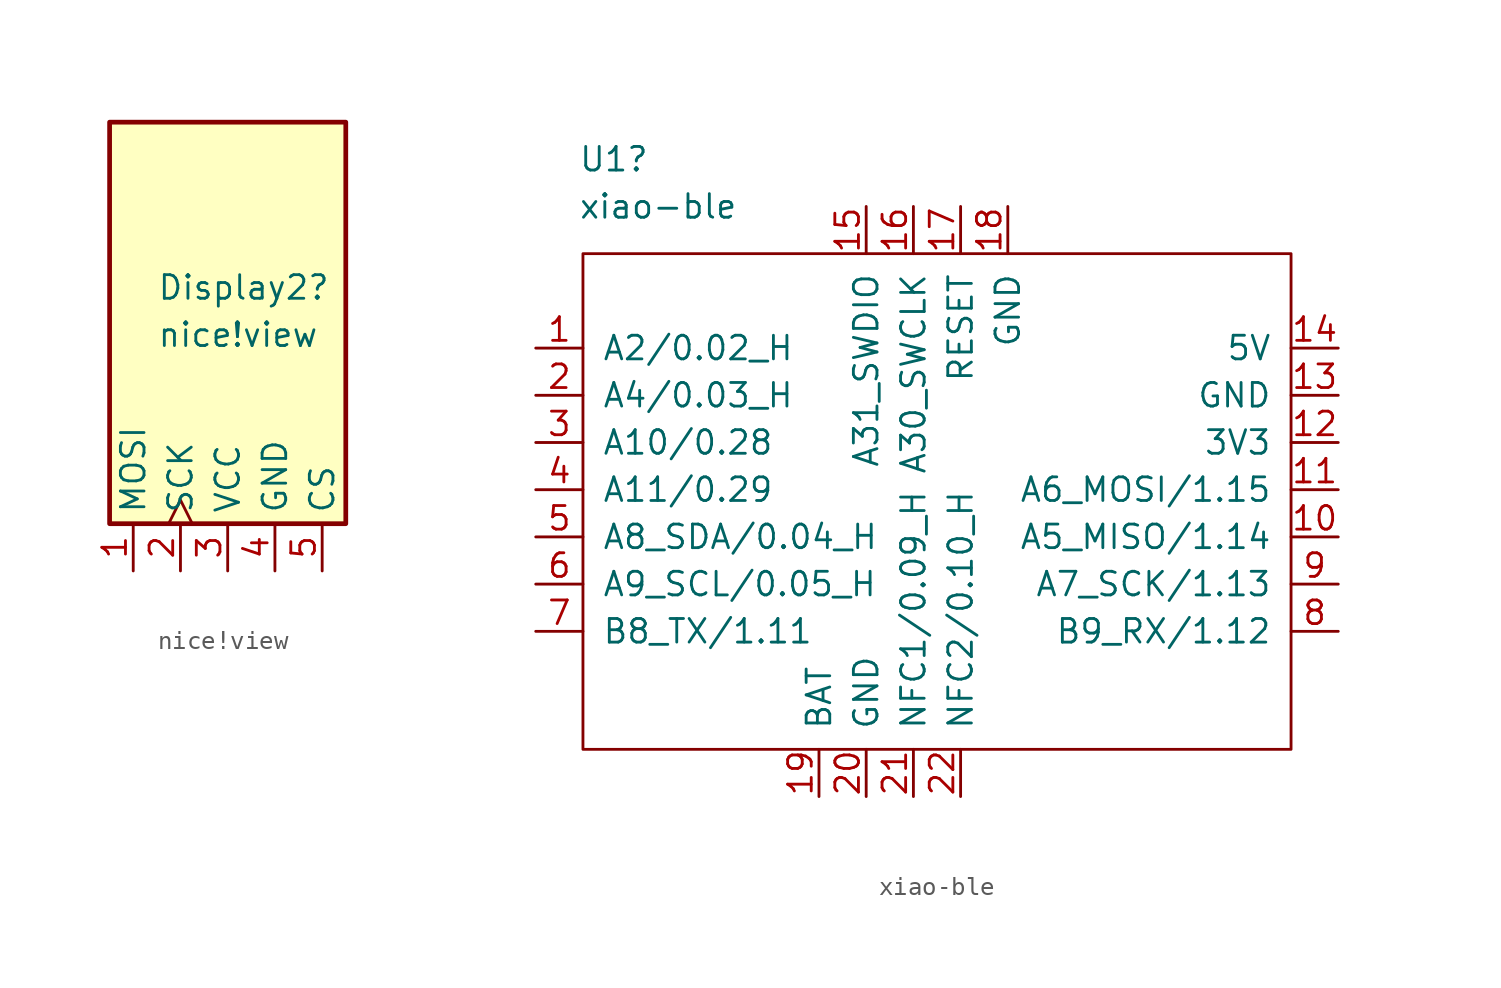
<source format=kicad_sym>
(kicad_symbol_lib
  (version 20220914)
  (generator kicad_symbol_editor)
  (symbol "nice!view"
    (property "Reference" "Display2"
      (at -3.81 2.54 0)
      (effects (font (size 1.27 1.27)) (justify left)))
    (property "Value" "nice!view"
      (at -3.81 0 0)
      (effects (font (size 1.27 1.27)) (justify left)))
    (symbol "nice!view_0_1"
      (rectangle (start -6.35 11.43) (end 6.35 -10.16) (stroke (width 0.254) (type default)) (fill (type background))))
    (symbol "nice!view_1_1"
      (pin input line (at -5.08 -12.7 90) (length 2.54) (name "MOSI" (effects (font (size 1.27 1.27)))) (number "1" (effects (font (size 1.27 1.27)))))
      (pin input clock (at -2.54 -12.7 90) (length 2.54) (name "SCK" (effects (font (size 1.27 1.27)))) (number "2" (effects (font (size 1.27 1.27)))))
      (pin power_in line (at 0 -12.7 90) (length 2.54) (name "VCC" (effects (font (size 1.27 1.27)))) (number "3" (effects (font (size 1.27 1.27)))))
      (pin power_out line (at 2.54 -12.7 90) (length 2.54) (name "GND" (effects (font (size 1.27 1.27)))) (number "4" (effects (font (size 1.27 1.27)))))
      (pin passive line (at 5.08 -12.7 90) (length 2.54) (name "CS" (effects (font (size 1.27 1.27)))) (number "5" (effects (font (size 1.27 1.27)))))))
  (symbol "xiao-ble"
    (pin_names
      (offset 1.016))
    (property "Reference" "U1"
      (at -19.304 17.78 0)
      (effects (font (size 1.27 1.27)) (justify left)))
    (property "Value" "xiao-ble"
      (at -19.304 15.24 0)
      (effects (font (size 1.27 1.27)) (justify left)))
    (symbol "xiao-ble_0_1"
      (rectangle (start -19.05 12.7) (end 19.05 -13.97) (stroke (width 0) (type default)) (fill (type none))))
    (symbol "xiao-ble_1_1"
      (pin bidirectional line (at -21.59 7.62 0) (length 2.54) (name "A2/0.02_H" (effects (font (size 1.27 1.27)))) (number "1" (effects (font (size 1.27 1.27)))))
      (pin bidirectional line (at 21.59 -2.54 180) (length 2.54) (name "A5_MISO/1.14" (effects (font (size 1.27 1.27)))) (number "10" (effects (font (size 1.27 1.27)))))
      (pin bidirectional line (at 21.59 0 180) (length 2.54) (name "A6_MOSI/1.15" (effects (font (size 1.27 1.27)))) (number "11" (effects (font (size 1.27 1.27)))))
      (pin power_out line (at 21.59 2.54 180) (length 2.54) (name "3V3" (effects (font (size 1.27 1.27)))) (number "12" (effects (font (size 1.27 1.27)))))
      (pin power_out line (at 21.59 5.08 180) (length 2.54) (name "GND" (effects (font (size 1.27 1.27)))) (number "13" (effects (font (size 1.27 1.27)))))
      (pin power_out line (at 21.59 7.62 180) (length 2.54) (name "5V" (effects (font (size 1.27 1.27)))) (number "14" (effects (font (size 1.27 1.27)))))
      (pin input line (at -3.81 15.24 270) (length 2.54) (name "A31_SWDIO" (effects (font (size 1.27 1.27)))) (number "15" (effects (font (size 1.27 1.27)))))
      (pin input line (at -1.27 15.24 270) (length 2.54) (name "A30_SWCLK" (effects (font (size 1.27 1.27)))) (number "16" (effects (font (size 1.27 1.27)))))
      (pin input line (at 1.27 15.24 270) (length 2.54) (name "RESET" (effects (font (size 1.27 1.27)))) (number "17" (effects (font (size 1.27 1.27)))))
      (pin power_out line (at 3.81 15.24 270) (length 2.54) (name "GND" (effects (font (size 1.27 1.27)))) (number "18" (effects (font (size 1.27 1.27)))))
      (pin bidirectional line (at -6.35 -16.51 90) (length 2.54) (name "BAT" (effects (font (size 1.27 1.27)))) (number "19" (effects (font (size 1.27 1.27)))))
      (pin bidirectional line (at -21.59 5.08 0) (length 2.54) (name "A4/0.03_H" (effects (font (size 1.27 1.27)))) (number "2" (effects (font (size 1.27 1.27)))))
      (pin power_out line (at -3.81 -16.51 90) (length 2.54) (name "GND" (effects (font (size 1.27 1.27)))) (number "20" (effects (font (size 1.27 1.27)))))
      (pin bidirectional line (at -1.27 -16.51 90) (length 2.54) (name "NFC1/0.09_H" (effects (font (size 1.27 1.27)))) (number "21" (effects (font (size 1.27 1.27)))))
      (pin bidirectional line (at 1.27 -16.51 90) (length 2.54) (name "NFC2/0.10_H" (effects (font (size 1.27 1.27)))) (number "22" (effects (font (size 1.27 1.27)))))
      (pin bidirectional line (at -21.59 2.54 0) (length 2.54) (name "A10/0.28" (effects (font (size 1.27 1.27)))) (number "3" (effects (font (size 1.27 1.27)))))
      (pin bidirectional line (at -21.59 0 0) (length 2.54) (name "A11/0.29" (effects (font (size 1.27 1.27)))) (number "4" (effects (font (size 1.27 1.27)))))
      (pin bidirectional line (at -21.59 -2.54 0) (length 2.54) (name "A8_SDA/0.04_H" (effects (font (size 1.27 1.27)))) (number "5" (effects (font (size 1.27 1.27)))))
      (pin bidirectional line (at -21.59 -5.08 0) (length 2.54) (name "A9_SCL/0.05_H" (effects (font (size 1.27 1.27)))) (number "6" (effects (font (size 1.27 1.27)))))
      (pin bidirectional line (at -21.59 -7.62 0) (length 2.54) (name "B8_TX/1.11" (effects (font (size 1.27 1.27)))) (number "7" (effects (font (size 1.27 1.27)))))
      (pin bidirectional line (at 21.59 -7.62 180) (length 2.54) (name "B9_RX/1.12" (effects (font (size 1.27 1.27)))) (number "8" (effects (font (size 1.27 1.27)))))
      (pin bidirectional line (at 21.59 -5.08 180) (length 2.54) (name "A7_SCK/1.13" (effects (font (size 1.27 1.27)))) (number "9" (effects (font (size 1.27 1.27))))))))
</source>
